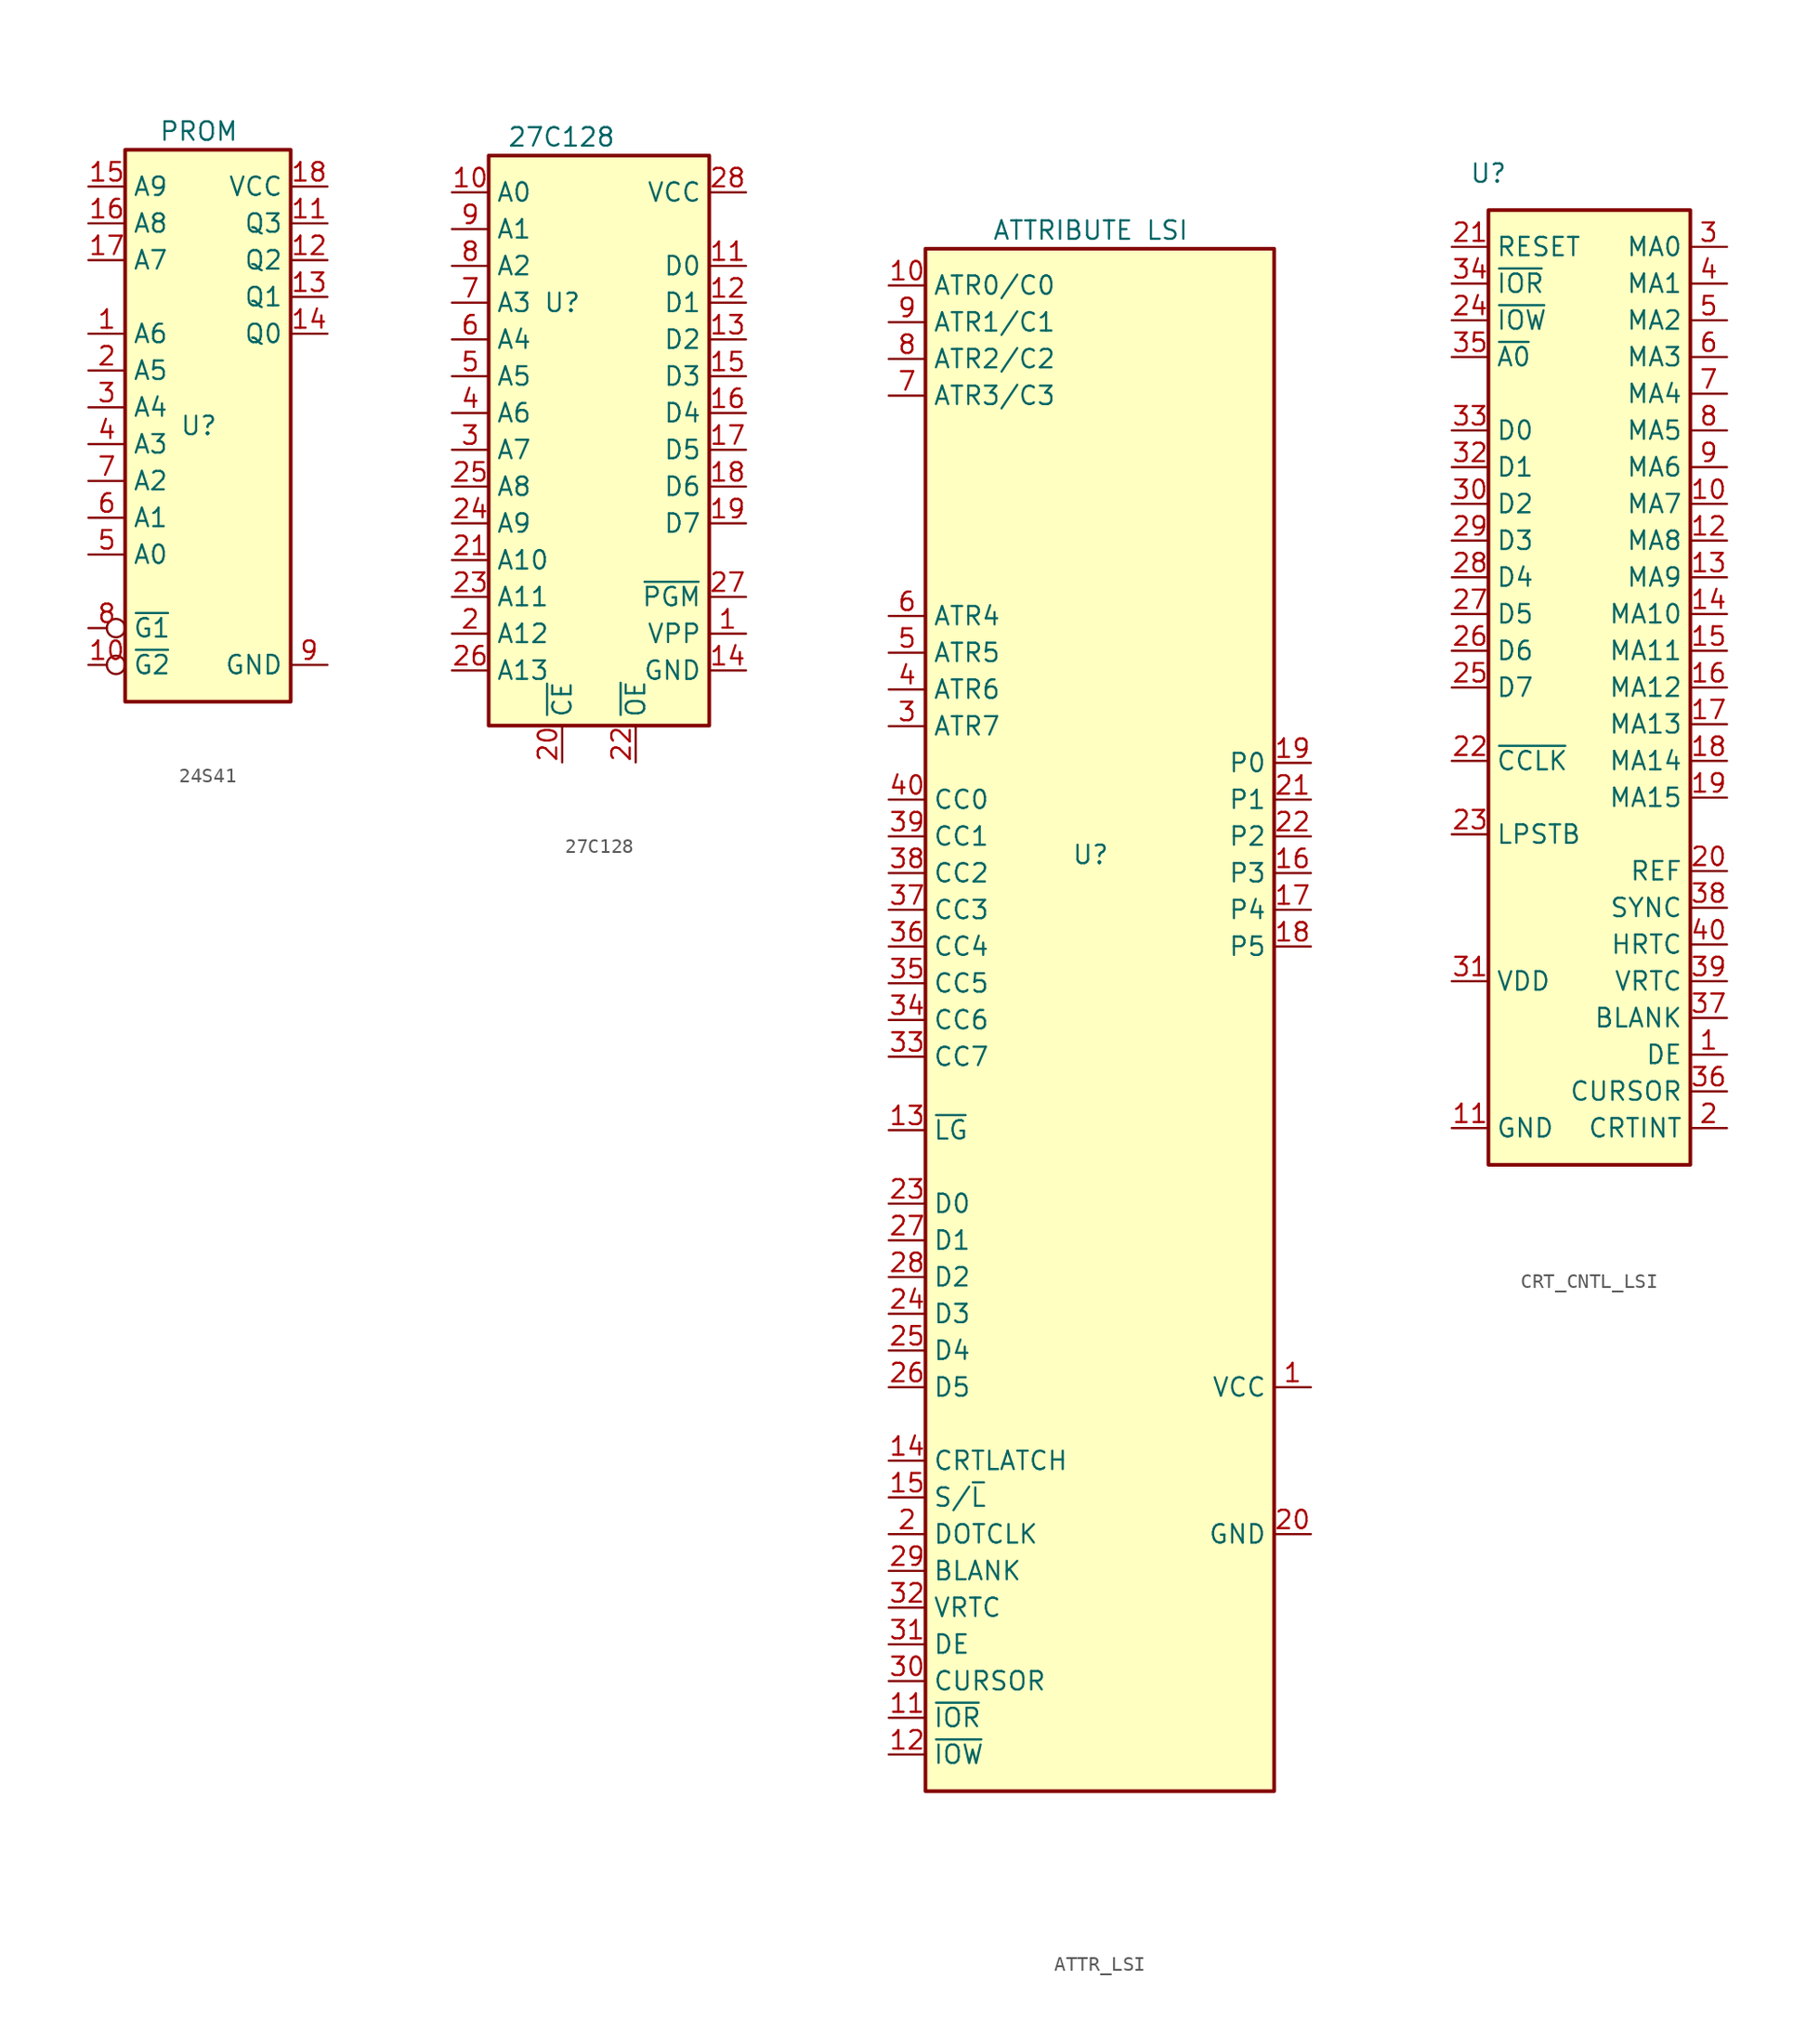
<source format=kicad_sym>
(kicad_symbol_lib
  (version 20220914)
  (generator kicad_symbol_editor)
  (symbol "24S41"
    (property "Reference" "U"
      (at 5.08 -19.05 0)
      (effects (font (size 1.27 1.27))))
    (property "Value" "PROM"
      (at 5.08 1.27 0)
      (effects (font (size 1.27 1.27))))
    (symbol "24S41_1_1"
      (rectangle (start 0 0) (end 11.43 -38.1) (stroke (width 0.254) (type default)) (fill (type background)))
      (pin input line (at -2.54 -12.7 0) (length 2.54) (name "A6" (effects (font (size 1.27 1.27)))) (number "1" (effects (font (size 1.27 1.27)))))
      (pin input inverted (at -2.54 -35.56 0) (length 2.54) (name "~{G2}" (effects (font (size 1.27 1.27)))) (number "10" (effects (font (size 1.27 1.27)))))
      (pin output line (at 13.97 -5.08 180) (length 2.54) (name "Q3" (effects (font (size 1.27 1.27)))) (number "11" (effects (font (size 1.27 1.27)))))
      (pin output line (at 13.97 -7.62 180) (length 2.54) (name "Q2" (effects (font (size 1.27 1.27)))) (number "12" (effects (font (size 1.27 1.27)))))
      (pin output line (at 13.97 -10.16 180) (length 2.54) (name "Q1" (effects (font (size 1.27 1.27)))) (number "13" (effects (font (size 1.27 1.27)))))
      (pin output line (at 13.97 -12.7 180) (length 2.54) (name "Q0" (effects (font (size 1.27 1.27)))) (number "14" (effects (font (size 1.27 1.27)))))
      (pin input line (at -2.54 -2.54 0) (length 2.54) (name "A9" (effects (font (size 1.27 1.27)))) (number "15" (effects (font (size 1.27 1.27)))))
      (pin input line (at -2.54 -5.08 0) (length 2.54) (name "A8" (effects (font (size 1.27 1.27)))) (number "16" (effects (font (size 1.27 1.27)))))
      (pin input line (at -2.54 -7.62 0) (length 2.54) (name "A7" (effects (font (size 1.27 1.27)))) (number "17" (effects (font (size 1.27 1.27)))))
      (pin power_in line (at 13.97 -2.54 180) (length 2.54) (name "VCC" (effects (font (size 1.27 1.27)))) (number "18" (effects (font (size 1.27 1.27)))))
      (pin input line (at -2.54 -15.24 0) (length 2.54) (name "A5" (effects (font (size 1.27 1.27)))) (number "2" (effects (font (size 1.27 1.27)))))
      (pin input line (at -2.54 -17.78 0) (length 2.54) (name "A4" (effects (font (size 1.27 1.27)))) (number "3" (effects (font (size 1.27 1.27)))))
      (pin input line (at -2.54 -20.32 0) (length 2.54) (name "A3" (effects (font (size 1.27 1.27)))) (number "4" (effects (font (size 1.27 1.27)))))
      (pin input line (at -2.54 -27.94 0) (length 2.54) (name "A0" (effects (font (size 1.27 1.27)))) (number "5" (effects (font (size 1.27 1.27)))))
      (pin input line (at -2.54 -25.4 0) (length 2.54) (name "A1" (effects (font (size 1.27 1.27)))) (number "6" (effects (font (size 1.27 1.27)))))
      (pin input line (at -2.54 -22.86 0) (length 2.54) (name "A2" (effects (font (size 1.27 1.27)))) (number "7" (effects (font (size 1.27 1.27)))))
      (pin input inverted (at -2.54 -33.02 0) (length 2.54) (name "~{G1}" (effects (font (size 1.27 1.27)))) (number "8" (effects (font (size 1.27 1.27)))))
      (pin power_in line (at 13.97 -35.56 180) (length 2.54) (name "GND" (effects (font (size 1.27 1.27)))) (number "9" (effects (font (size 1.27 1.27)))))))
  (symbol "27C128"
    (property "Reference" "U"
      (at 5.08 -10.16 0)
      (effects (font (size 1.27 1.27))))
    (property "Value" "27C128"
      (at 1.27 1.27 0)
      (effects (font (size 1.27 1.27)) (justify left)))
    (symbol "27C128_1_1"
      (rectangle (start 0 0) (end 15.24 -39.37) (stroke (width 0.254) (type default)) (fill (type background)))
      (pin input line (at 17.78 -33.02 180) (length 2.54) (name "VPP" (effects (font (size 1.27 1.27)))) (number "1" (effects (font (size 1.27 1.27)))))
      (pin input line (at -2.54 -2.54 0) (length 2.54) (name "A0" (effects (font (size 1.27 1.27)))) (number "10" (effects (font (size 1.27 1.27)))))
      (pin tri_state line (at 17.78 -7.62 180) (length 2.54) (name "D0" (effects (font (size 1.27 1.27)))) (number "11" (effects (font (size 1.27 1.27)))))
      (pin tri_state line (at 17.78 -10.16 180) (length 2.54) (name "D1" (effects (font (size 1.27 1.27)))) (number "12" (effects (font (size 1.27 1.27)))))
      (pin tri_state line (at 17.78 -12.7 180) (length 2.54) (name "D2" (effects (font (size 1.27 1.27)))) (number "13" (effects (font (size 1.27 1.27)))))
      (pin power_in line (at 17.78 -35.56 180) (length 2.54) (name "GND" (effects (font (size 1.27 1.27)))) (number "14" (effects (font (size 1.27 1.27)))))
      (pin tri_state line (at 17.78 -15.24 180) (length 2.54) (name "D3" (effects (font (size 1.27 1.27)))) (number "15" (effects (font (size 1.27 1.27)))))
      (pin tri_state line (at 17.78 -17.78 180) (length 2.54) (name "D4" (effects (font (size 1.27 1.27)))) (number "16" (effects (font (size 1.27 1.27)))))
      (pin tri_state line (at 17.78 -20.32 180) (length 2.54) (name "D5" (effects (font (size 1.27 1.27)))) (number "17" (effects (font (size 1.27 1.27)))))
      (pin tri_state line (at 17.78 -22.86 180) (length 2.54) (name "D6" (effects (font (size 1.27 1.27)))) (number "18" (effects (font (size 1.27 1.27)))))
      (pin tri_state line (at 17.78 -25.4 180) (length 2.54) (name "D7" (effects (font (size 1.27 1.27)))) (number "19" (effects (font (size 1.27 1.27)))))
      (pin input line (at -2.54 -33.02 0) (length 2.54) (name "A12" (effects (font (size 1.27 1.27)))) (number "2" (effects (font (size 1.27 1.27)))))
      (pin input line (at 5.08 -41.91 90) (length 2.54) (name "~{CE}" (effects (font (size 1.27 1.27)))) (number "20" (effects (font (size 1.27 1.27)))))
      (pin input line (at -2.54 -27.94 0) (length 2.54) (name "A10" (effects (font (size 1.27 1.27)))) (number "21" (effects (font (size 1.27 1.27)))))
      (pin input line (at 10.16 -41.91 90) (length 2.54) (name "~{OE}" (effects (font (size 1.27 1.27)))) (number "22" (effects (font (size 1.27 1.27)))))
      (pin input line (at -2.54 -30.48 0) (length 2.54) (name "A11" (effects (font (size 1.27 1.27)))) (number "23" (effects (font (size 1.27 1.27)))))
      (pin input line (at -2.54 -25.4 0) (length 2.54) (name "A9" (effects (font (size 1.27 1.27)))) (number "24" (effects (font (size 1.27 1.27)))))
      (pin input line (at -2.54 -22.86 0) (length 2.54) (name "A8" (effects (font (size 1.27 1.27)))) (number "25" (effects (font (size 1.27 1.27)))))
      (pin input line (at -2.54 -35.56 0) (length 2.54) (name "A13" (effects (font (size 1.27 1.27)))) (number "26" (effects (font (size 1.27 1.27)))))
      (pin input line (at 17.78 -30.48 180) (length 2.54) (name "~{PGM}" (effects (font (size 1.27 1.27)))) (number "27" (effects (font (size 1.27 1.27)))))
      (pin power_in line (at 17.78 -2.54 180) (length 2.54) (name "VCC" (effects (font (size 1.27 1.27)))) (number "28" (effects (font (size 1.27 1.27)))))
      (pin input line (at -2.54 -20.32 0) (length 2.54) (name "A7" (effects (font (size 1.27 1.27)))) (number "3" (effects (font (size 1.27 1.27)))))
      (pin input line (at -2.54 -17.78 0) (length 2.54) (name "A6" (effects (font (size 1.27 1.27)))) (number "4" (effects (font (size 1.27 1.27)))))
      (pin input line (at -2.54 -15.24 0) (length 2.54) (name "A5" (effects (font (size 1.27 1.27)))) (number "5" (effects (font (size 1.27 1.27)))))
      (pin input line (at -2.54 -12.7 0) (length 2.54) (name "A4" (effects (font (size 1.27 1.27)))) (number "6" (effects (font (size 1.27 1.27)))))
      (pin input line (at -2.54 -10.16 0) (length 2.54) (name "A3" (effects (font (size 1.27 1.27)))) (number "7" (effects (font (size 1.27 1.27)))))
      (pin input line (at -2.54 -7.62 0) (length 2.54) (name "A2" (effects (font (size 1.27 1.27)))) (number "8" (effects (font (size 1.27 1.27)))))
      (pin input line (at -2.54 -5.08 0) (length 2.54) (name "A1" (effects (font (size 1.27 1.27)))) (number "9" (effects (font (size 1.27 1.27)))))))
  (symbol "ATTR_LSI"
    (property "Reference" "U"
      (at 11.43 -41.91 0)
      (effects (font (size 1.27 1.27))))
    (property "Value" "ATTRIBUTE LSI"
      (at 11.43 1.27 0)
      (effects (font (size 1.27 1.27))))
    (symbol "ATTR_LSI_1_1"
      (rectangle (start 0 0) (end 24.13 -106.68) (stroke (width 0.254) (type default)) (fill (type background)))
      (pin power_in line (at 26.67 -78.74 180) (length 2.54) (name "VCC" (effects (font (size 1.27 1.27)))) (number "1" (effects (font (size 1.27 1.27)))))
      (pin input line (at -2.54 -2.54 0) (length 2.54) (name "ATR0/C0" (effects (font (size 1.27 1.27)))) (number "10" (effects (font (size 1.27 1.27)))))
      (pin input line (at -2.54 -101.6 0) (length 2.54) (name "~{IOR}" (effects (font (size 1.27 1.27)))) (number "11" (effects (font (size 1.27 1.27)))))
      (pin input line (at -2.54 -104.14 0) (length 2.54) (name "~{IOW}" (effects (font (size 1.27 1.27)))) (number "12" (effects (font (size 1.27 1.27)))))
      (pin input line (at -2.54 -60.96 0) (length 2.54) (name "~{LG}" (effects (font (size 1.27 1.27)))) (number "13" (effects (font (size 1.27 1.27)))))
      (pin input line (at -2.54 -83.82 0) (length 2.54) (name "CRTLATCH" (effects (font (size 1.27 1.27)))) (number "14" (effects (font (size 1.27 1.27)))))
      (pin input line (at -2.54 -86.36 0) (length 2.54) (name "S/~{L}" (effects (font (size 1.27 1.27)))) (number "15" (effects (font (size 1.27 1.27)))))
      (pin output line (at 26.67 -43.18 180) (length 2.54) (name "P3" (effects (font (size 1.27 1.27)))) (number "16" (effects (font (size 1.27 1.27)))))
      (pin output line (at 26.67 -45.72 180) (length 2.54) (name "P4" (effects (font (size 1.27 1.27)))) (number "17" (effects (font (size 1.27 1.27)))))
      (pin output line (at 26.67 -48.26 180) (length 2.54) (name "P5" (effects (font (size 1.27 1.27)))) (number "18" (effects (font (size 1.27 1.27)))))
      (pin output line (at 26.67 -35.56 180) (length 2.54) (name "P0" (effects (font (size 1.27 1.27)))) (number "19" (effects (font (size 1.27 1.27)))))
      (pin input line (at -2.54 -88.9 0) (length 2.54) (name "DOTCLK" (effects (font (size 1.27 1.27)))) (number "2" (effects (font (size 1.27 1.27)))))
      (pin power_in line (at 26.67 -88.9 180) (length 2.54) (name "GND" (effects (font (size 1.27 1.27)))) (number "20" (effects (font (size 1.27 1.27)))))
      (pin output line (at 26.67 -38.1 180) (length 2.54) (name "P1" (effects (font (size 1.27 1.27)))) (number "21" (effects (font (size 1.27 1.27)))))
      (pin output line (at 26.67 -40.64 180) (length 2.54) (name "P2" (effects (font (size 1.27 1.27)))) (number "22" (effects (font (size 1.27 1.27)))))
      (pin bidirectional line (at -2.54 -66.04 0) (length 2.54) (name "D0" (effects (font (size 1.27 1.27)))) (number "23" (effects (font (size 1.27 1.27)))))
      (pin bidirectional line (at -2.54 -73.66 0) (length 2.54) (name "D3" (effects (font (size 1.27 1.27)))) (number "24" (effects (font (size 1.27 1.27)))))
      (pin bidirectional line (at -2.54 -76.2 0) (length 2.54) (name "D4" (effects (font (size 1.27 1.27)))) (number "25" (effects (font (size 1.27 1.27)))))
      (pin bidirectional line (at -2.54 -78.74 0) (length 2.54) (name "D5" (effects (font (size 1.27 1.27)))) (number "26" (effects (font (size 1.27 1.27)))))
      (pin bidirectional line (at -2.54 -68.58 0) (length 2.54) (name "D1" (effects (font (size 1.27 1.27)))) (number "27" (effects (font (size 1.27 1.27)))))
      (pin bidirectional line (at -2.54 -71.12 0) (length 2.54) (name "D2" (effects (font (size 1.27 1.27)))) (number "28" (effects (font (size 1.27 1.27)))))
      (pin input line (at -2.54 -91.44 0) (length 2.54) (name "BLANK" (effects (font (size 1.27 1.27)))) (number "29" (effects (font (size 1.27 1.27)))))
      (pin input line (at -2.54 -33.02 0) (length 2.54) (name "ATR7" (effects (font (size 1.27 1.27)))) (number "3" (effects (font (size 1.27 1.27)))))
      (pin input line (at -2.54 -99.06 0) (length 2.54) (name "CURSOR" (effects (font (size 1.27 1.27)))) (number "30" (effects (font (size 1.27 1.27)))))
      (pin input line (at -2.54 -96.52 0) (length 2.54) (name "DE" (effects (font (size 1.27 1.27)))) (number "31" (effects (font (size 1.27 1.27)))))
      (pin input line (at -2.54 -93.98 0) (length 2.54) (name "VRTC" (effects (font (size 1.27 1.27)))) (number "32" (effects (font (size 1.27 1.27)))))
      (pin input line (at -2.54 -55.88 0) (length 2.54) (name "CC7" (effects (font (size 1.27 1.27)))) (number "33" (effects (font (size 1.27 1.27)))))
      (pin input line (at -2.54 -53.34 0) (length 2.54) (name "CC6" (effects (font (size 1.27 1.27)))) (number "34" (effects (font (size 1.27 1.27)))))
      (pin input line (at -2.54 -50.8 0) (length 2.54) (name "CC5" (effects (font (size 1.27 1.27)))) (number "35" (effects (font (size 1.27 1.27)))))
      (pin input line (at -2.54 -48.26 0) (length 2.54) (name "CC4" (effects (font (size 1.27 1.27)))) (number "36" (effects (font (size 1.27 1.27)))))
      (pin input line (at -2.54 -45.72 0) (length 2.54) (name "CC3" (effects (font (size 1.27 1.27)))) (number "37" (effects (font (size 1.27 1.27)))))
      (pin input line (at -2.54 -43.18 0) (length 2.54) (name "CC2" (effects (font (size 1.27 1.27)))) (number "38" (effects (font (size 1.27 1.27)))))
      (pin input line (at -2.54 -40.64 0) (length 2.54) (name "CC1" (effects (font (size 1.27 1.27)))) (number "39" (effects (font (size 1.27 1.27)))))
      (pin input line (at -2.54 -30.48 0) (length 2.54) (name "ATR6" (effects (font (size 1.27 1.27)))) (number "4" (effects (font (size 1.27 1.27)))))
      (pin input line (at -2.54 -38.1 0) (length 2.54) (name "CC0" (effects (font (size 1.27 1.27)))) (number "40" (effects (font (size 1.27 1.27)))))
      (pin input line (at -2.54 -27.94 0) (length 2.54) (name "ATR5" (effects (font (size 1.27 1.27)))) (number "5" (effects (font (size 1.27 1.27)))))
      (pin input line (at -2.54 -25.4 0) (length 2.54) (name "ATR4" (effects (font (size 1.27 1.27)))) (number "6" (effects (font (size 1.27 1.27)))))
      (pin input line (at -2.54 -10.16 0) (length 2.54) (name "ATR3/C3" (effects (font (size 1.27 1.27)))) (number "7" (effects (font (size 1.27 1.27)))))
      (pin input line (at -2.54 -7.62 0) (length 2.54) (name "ATR2/C2" (effects (font (size 1.27 1.27)))) (number "8" (effects (font (size 1.27 1.27)))))
      (pin input line (at -2.54 -5.08 0) (length 2.54) (name "ATR1/C1" (effects (font (size 1.27 1.27)))) (number "9" (effects (font (size 1.27 1.27)))))))
  (symbol "CRT_CNTL_LSI"
    (property "Reference" "U"
      (at 0 2.54 0)
      (effects (font (size 1.27 1.27))))
    (property "Value" ""
      (at 0 0 0)
      (effects (font (size 1.27 1.27))))
    (symbol "CRT_CNTL_LSI_1_1"
      (rectangle (start 0 0) (end 13.97 -66.04) (stroke (width 0.254) (type default)) (fill (type background)))
      (pin output line (at 16.51 -58.42 180) (length 2.54) (name "DE" (effects (font (size 1.27 1.27)))) (number "1" (effects (font (size 1.27 1.27)))))
      (pin output line (at 16.51 -20.32 180) (length 2.54) (name "MA7" (effects (font (size 1.27 1.27)))) (number "10" (effects (font (size 1.27 1.27)))))
      (pin power_in line (at -2.54 -63.5 0) (length 2.54) (name "GND" (effects (font (size 1.27 1.27)))) (number "11" (effects (font (size 1.27 1.27)))))
      (pin output line (at 16.51 -22.86 180) (length 2.54) (name "MA8" (effects (font (size 1.27 1.27)))) (number "12" (effects (font (size 1.27 1.27)))))
      (pin output line (at 16.51 -25.4 180) (length 2.54) (name "MA9" (effects (font (size 1.27 1.27)))) (number "13" (effects (font (size 1.27 1.27)))))
      (pin output line (at 16.51 -27.94 180) (length 2.54) (name "MA10" (effects (font (size 1.27 1.27)))) (number "14" (effects (font (size 1.27 1.27)))))
      (pin output line (at 16.51 -30.48 180) (length 2.54) (name "MA11" (effects (font (size 1.27 1.27)))) (number "15" (effects (font (size 1.27 1.27)))))
      (pin output line (at 16.51 -33.02 180) (length 2.54) (name "MA12" (effects (font (size 1.27 1.27)))) (number "16" (effects (font (size 1.27 1.27)))))
      (pin output line (at 16.51 -35.56 180) (length 2.54) (name "MA13" (effects (font (size 1.27 1.27)))) (number "17" (effects (font (size 1.27 1.27)))))
      (pin output line (at 16.51 -38.1 180) (length 2.54) (name "MA14" (effects (font (size 1.27 1.27)))) (number "18" (effects (font (size 1.27 1.27)))))
      (pin output line (at 16.51 -40.64 180) (length 2.54) (name "MA15" (effects (font (size 1.27 1.27)))) (number "19" (effects (font (size 1.27 1.27)))))
      (pin output line (at 16.51 -63.5 180) (length 2.54) (name "CRTINT" (effects (font (size 1.27 1.27)))) (number "2" (effects (font (size 1.27 1.27)))))
      (pin output line (at 16.51 -45.72 180) (length 2.54) (name "REF" (effects (font (size 1.27 1.27)))) (number "20" (effects (font (size 1.27 1.27)))))
      (pin input line (at -2.54 -2.54 0) (length 2.54) (name "RESET" (effects (font (size 1.27 1.27)))) (number "21" (effects (font (size 1.27 1.27)))))
      (pin input line (at -2.54 -38.1 0) (length 2.54) (name "~{CCLK}" (effects (font (size 1.27 1.27)))) (number "22" (effects (font (size 1.27 1.27)))))
      (pin input line (at -2.54 -43.18 0) (length 2.54) (name "LPSTB" (effects (font (size 1.27 1.27)))) (number "23" (effects (font (size 1.27 1.27)))))
      (pin input line (at -2.54 -7.62 0) (length 2.54) (name "~{IOW}" (effects (font (size 1.27 1.27)))) (number "24" (effects (font (size 1.27 1.27)))))
      (pin bidirectional line (at -2.54 -33.02 0) (length 2.54) (name "D7" (effects (font (size 1.27 1.27)))) (number "25" (effects (font (size 1.27 1.27)))))
      (pin bidirectional line (at -2.54 -30.48 0) (length 2.54) (name "D6" (effects (font (size 1.27 1.27)))) (number "26" (effects (font (size 1.27 1.27)))))
      (pin bidirectional line (at -2.54 -27.94 0) (length 2.54) (name "D5" (effects (font (size 1.27 1.27)))) (number "27" (effects (font (size 1.27 1.27)))))
      (pin bidirectional line (at -2.54 -25.4 0) (length 2.54) (name "D4" (effects (font (size 1.27 1.27)))) (number "28" (effects (font (size 1.27 1.27)))))
      (pin bidirectional line (at -2.54 -22.86 0) (length 2.54) (name "D3" (effects (font (size 1.27 1.27)))) (number "29" (effects (font (size 1.27 1.27)))))
      (pin output line (at 16.51 -2.54 180) (length 2.54) (name "MA0" (effects (font (size 1.27 1.27)))) (number "3" (effects (font (size 1.27 1.27)))))
      (pin bidirectional line (at -2.54 -20.32 0) (length 2.54) (name "D2" (effects (font (size 1.27 1.27)))) (number "30" (effects (font (size 1.27 1.27)))))
      (pin power_in line (at -2.54 -53.34 0) (length 2.54) (name "VDD" (effects (font (size 1.27 1.27)))) (number "31" (effects (font (size 1.27 1.27)))))
      (pin bidirectional line (at -2.54 -17.78 0) (length 2.54) (name "D1" (effects (font (size 1.27 1.27)))) (number "32" (effects (font (size 1.27 1.27)))))
      (pin bidirectional line (at -2.54 -15.24 0) (length 2.54) (name "D0" (effects (font (size 1.27 1.27)))) (number "33" (effects (font (size 1.27 1.27)))))
      (pin input line (at -2.54 -5.08 0) (length 2.54) (name "~{IOR}" (effects (font (size 1.27 1.27)))) (number "34" (effects (font (size 1.27 1.27)))))
      (pin input line (at -2.54 -10.16 0) (length 2.54) (name "~{A0}" (effects (font (size 1.27 1.27)))) (number "35" (effects (font (size 1.27 1.27)))))
      (pin output line (at 16.51 -60.96 180) (length 2.54) (name "CURSOR" (effects (font (size 1.27 1.27)))) (number "36" (effects (font (size 1.27 1.27)))))
      (pin output line (at 16.51 -55.88 180) (length 2.54) (name "BLANK" (effects (font (size 1.27 1.27)))) (number "37" (effects (font (size 1.27 1.27)))))
      (pin output line (at 16.51 -48.26 180) (length 2.54) (name "SYNC" (effects (font (size 1.27 1.27)))) (number "38" (effects (font (size 1.27 1.27)))))
      (pin output line (at 16.51 -53.34 180) (length 2.54) (name "VRTC" (effects (font (size 1.27 1.27)))) (number "39" (effects (font (size 1.27 1.27)))))
      (pin output line (at 16.51 -5.08 180) (length 2.54) (name "MA1" (effects (font (size 1.27 1.27)))) (number "4" (effects (font (size 1.27 1.27)))))
      (pin output line (at 16.51 -50.8 180) (length 2.54) (name "HRTC" (effects (font (size 1.27 1.27)))) (number "40" (effects (font (size 1.27 1.27)))))
      (pin output line (at 16.51 -7.62 180) (length 2.54) (name "MA2" (effects (font (size 1.27 1.27)))) (number "5" (effects (font (size 1.27 1.27)))))
      (pin output line (at 16.51 -10.16 180) (length 2.54) (name "MA3" (effects (font (size 1.27 1.27)))) (number "6" (effects (font (size 1.27 1.27)))))
      (pin output line (at 16.51 -12.7 180) (length 2.54) (name "MA4" (effects (font (size 1.27 1.27)))) (number "7" (effects (font (size 1.27 1.27)))))
      (pin output line (at 16.51 -15.24 180) (length 2.54) (name "MA5" (effects (font (size 1.27 1.27)))) (number "8" (effects (font (size 1.27 1.27)))))
      (pin output line (at 16.51 -17.78 180) (length 2.54) (name "MA6" (effects (font (size 1.27 1.27)))) (number "9" (effects (font (size 1.27 1.27))))))))
</source>
